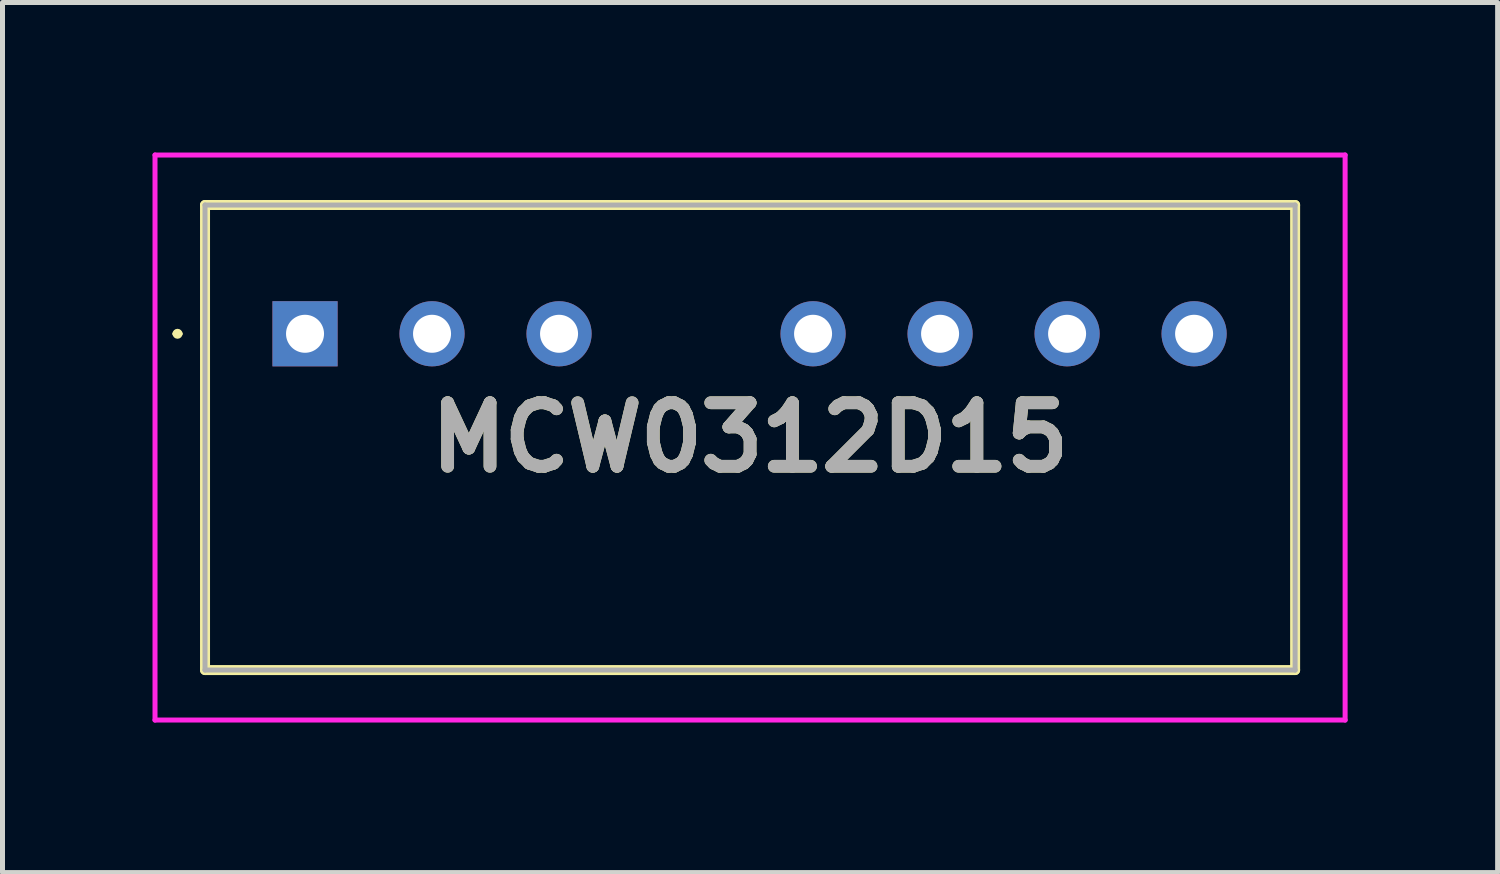
<source format=kicad_pcb>
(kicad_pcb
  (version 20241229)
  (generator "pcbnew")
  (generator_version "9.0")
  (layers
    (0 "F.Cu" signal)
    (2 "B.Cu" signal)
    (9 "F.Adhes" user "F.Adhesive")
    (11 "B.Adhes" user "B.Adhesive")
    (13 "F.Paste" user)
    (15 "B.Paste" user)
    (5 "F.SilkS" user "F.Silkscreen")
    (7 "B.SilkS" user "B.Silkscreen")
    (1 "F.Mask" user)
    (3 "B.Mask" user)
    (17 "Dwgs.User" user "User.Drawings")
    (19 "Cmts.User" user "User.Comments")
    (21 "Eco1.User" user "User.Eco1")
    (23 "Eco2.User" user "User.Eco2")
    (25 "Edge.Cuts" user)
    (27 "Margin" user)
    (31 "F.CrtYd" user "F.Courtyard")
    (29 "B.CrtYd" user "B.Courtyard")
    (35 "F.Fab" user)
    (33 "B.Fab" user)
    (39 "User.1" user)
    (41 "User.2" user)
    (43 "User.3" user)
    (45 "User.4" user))
  (footprint "MCW0312D15"
    (layer "F.Cu")
    (at 3.05 3.625)
    (property "Reference" "MCW0312D15" (at 8.9 2.075 0) (layer "F.SilkS") (effects (font (size 1.27 1.27) (thickness 0.254))))
    (attr through_hole)
    (fp_line (start -2.6 0) (end -2.6 0) (stroke (width 0.1) (type solid)) (layer "F.SilkS"))
    (fp_line (start -2.5 0) (end -2.5 0) (stroke (width 0.1) (type solid)) (layer "F.SilkS"))
    (fp_line (start -2 -2.575) (end 19.8 -2.575) (stroke (width 0.2) (type solid)) (layer "F.SilkS"))
    (fp_line (start -2 6.725) (end -2 -2.575) (stroke (width 0.2) (type solid)) (layer "F.SilkS"))
    (fp_line (start 19.8 -2.575) (end 19.8 6.725) (stroke (width 0.2) (type solid)) (layer "F.SilkS"))
    (fp_line (start 19.8 6.725) (end -2 6.725) (stroke (width 0.2) (type solid)) (layer "F.SilkS"))
    (fp_arc (start -2.6 0) (mid -2.55 -0.05) (end -2.5 0) (stroke (width 0.1) (type solid)) (layer "F.SilkS"))
    (fp_arc (start -2.5 0) (mid -2.55 0.05) (end -2.6 0) (stroke (width 0.1) (type solid)) (layer "F.SilkS"))
    (fp_line (start -3 -3.575) (end 20.8 -3.575) (stroke (width 0.1) (type solid)) (layer "F.CrtYd"))
    (fp_line (start -3 7.725) (end -3 -3.575) (stroke (width 0.1) (type solid)) (layer "F.CrtYd"))
    (fp_line (start 20.8 -3.575) (end 20.8 7.725) (stroke (width 0.1) (type solid)) (layer "F.CrtYd"))
    (fp_line (start 20.8 7.725) (end -3 7.725) (stroke (width 0.1) (type solid)) (layer "F.CrtYd"))
    (fp_line (start -2 -2.575) (end 19.8 -2.575) (stroke (width 0.1) (type solid)) (layer "F.Fab"))
    (fp_line (start -2 6.725) (end -2 -2.575) (stroke (width 0.1) (type solid)) (layer "F.Fab"))
    (fp_line (start 19.8 -2.575) (end 19.8 6.725) (stroke (width 0.1) (type solid)) (layer "F.Fab"))
    (fp_line (start 19.8 6.725) (end -2 6.725) (stroke (width 0.1) (type solid)) (layer "F.Fab"))
    (fp_text user "${REFERENCE}" (at 8.9 2.075 0) (layer "F.Fab") (effects (font (size 1.27 1.27) (thickness 0.254))))
    (pad "1" thru_hole rect (at 0 0) (size 1.303 1.303) (drill 0.76) (layers "*.Cu" "*.Mask"))
    (pad "2" thru_hole circle (at 2.54 0) (size 1.303 1.303) (drill 0.76) (layers "*.Cu" "*.Mask"))
    (pad "3" thru_hole circle (at 5.08 0) (size 1.303 1.303) (drill 0.76) (layers "*.Cu" "*.Mask"))
    (pad "5" thru_hole circle (at 10.16 0) (size 1.303 1.303) (drill 0.76) (layers "*.Cu" "*.Mask"))
    (pad "6" thru_hole circle (at 12.7 0) (size 1.303 1.303) (drill 0.76) (layers "*.Cu" "*.Mask"))
    (pad "7" thru_hole circle (at 15.24 0) (size 1.303 1.303) (drill 0.76) (layers "*.Cu" "*.Mask"))
    (pad "8" thru_hole circle (at 17.78 0) (size 1.303 1.303) (drill 0.76) (layers "*.Cu" "*.Mask")))
  (gr_rect
    (start -3 -3)
    (end 26.9 14.4)
    (stroke (width 0.1) (type default))
    (fill no)
    (layer "Edge.Cuts")))
</source>
